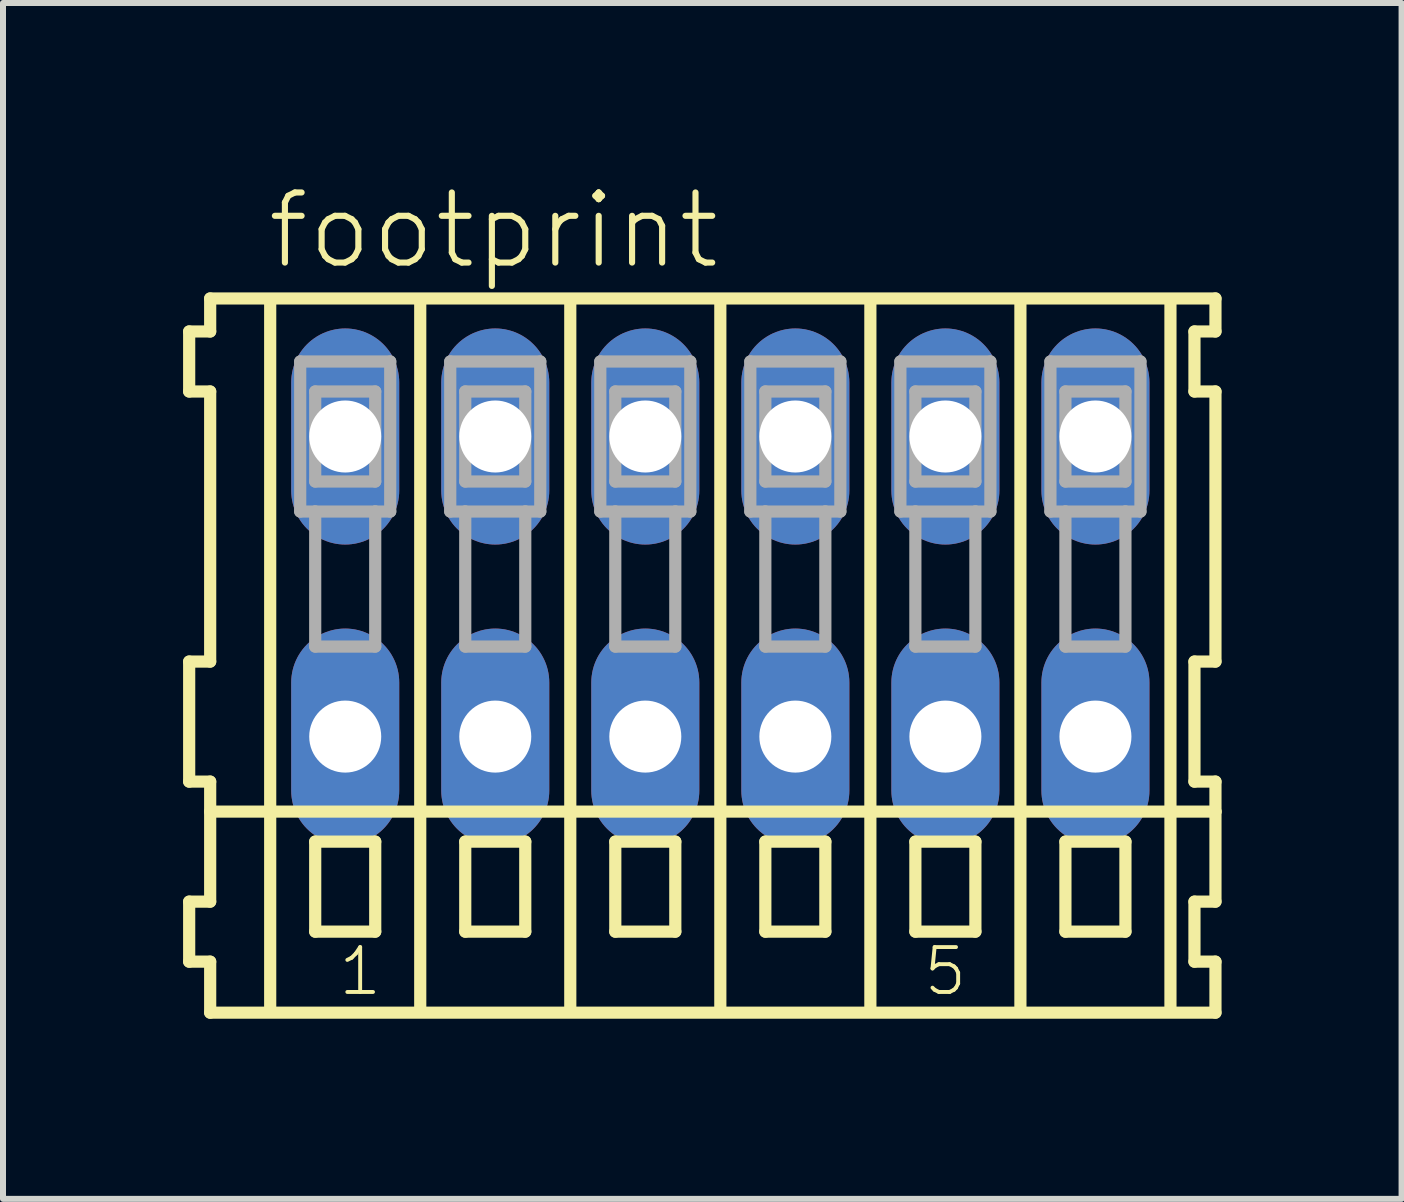
<source format=kicad_pcb>
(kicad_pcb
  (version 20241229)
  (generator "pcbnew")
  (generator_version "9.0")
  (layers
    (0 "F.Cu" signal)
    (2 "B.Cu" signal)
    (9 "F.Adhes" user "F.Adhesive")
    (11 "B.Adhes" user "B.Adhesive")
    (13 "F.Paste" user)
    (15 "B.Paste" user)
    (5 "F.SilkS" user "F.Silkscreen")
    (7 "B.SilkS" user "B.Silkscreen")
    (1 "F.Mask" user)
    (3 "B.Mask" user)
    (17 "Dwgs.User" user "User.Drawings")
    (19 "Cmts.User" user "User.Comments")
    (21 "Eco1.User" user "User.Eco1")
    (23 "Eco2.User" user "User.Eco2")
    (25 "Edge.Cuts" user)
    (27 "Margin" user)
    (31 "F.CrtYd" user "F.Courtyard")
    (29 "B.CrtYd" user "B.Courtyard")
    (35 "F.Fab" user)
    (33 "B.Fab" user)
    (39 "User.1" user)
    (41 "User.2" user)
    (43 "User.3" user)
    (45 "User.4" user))
  (footprint "footprint"
    (layer "F.Cu")
    (at 8.952 6.723)
    (property "Reference" "footprint" (at -7.6 -5.25 0) (layer "F.SilkS") (effects (font (size 1.168 1.168) (thickness 0.102)) (justify left bottom)))
    (fp_line (start -8.85 -4.25) (end -8.85 -3.25) (stroke (width 0.203) (type solid)) (layer "F.SilkS"))
    (fp_line (start -8.85 -3.25) (end -8.5 -3.25) (stroke (width 0.203) (type solid)) (layer "F.SilkS"))
    (fp_line (start -8.85 1.25) (end -8.85 3.25) (stroke (width 0.203) (type solid)) (layer "F.SilkS"))
    (fp_line (start -8.85 3.25) (end -8.5 3.25) (stroke (width 0.203) (type solid)) (layer "F.SilkS"))
    (fp_line (start -8.85 5.25) (end -8.85 6.25) (stroke (width 0.203) (type solid)) (layer "F.SilkS"))
    (fp_line (start -8.85 6.25) (end -8.5 6.25) (stroke (width 0.203) (type solid)) (layer "F.SilkS"))
    (fp_line (start -8.5 -4.8) (end -8.5 -4.25) (stroke (width 0.203) (type solid)) (layer "F.SilkS"))
    (fp_line (start -8.5 -4.25) (end -8.85 -4.25) (stroke (width 0.203) (type solid)) (layer "F.SilkS"))
    (fp_line (start -8.5 -3.25) (end -8.5 1.25) (stroke (width 0.203) (type solid)) (layer "F.SilkS"))
    (fp_line (start -8.5 1.25) (end -8.85 1.25) (stroke (width 0.203) (type solid)) (layer "F.SilkS"))
    (fp_line (start -8.5 3.25) (end -8.5 5.25) (stroke (width 0.203) (type solid)) (layer "F.SilkS"))
    (fp_line (start -8.5 3.75) (end 8.25 3.75) (stroke (width 0.203) (type solid)) (layer "F.SilkS"))
    (fp_line (start -8.5 5.25) (end -8.85 5.25) (stroke (width 0.203) (type solid)) (layer "F.SilkS"))
    (fp_line (start -8.5 6.25) (end -8.5 7.1) (stroke (width 0.203) (type solid)) (layer "F.SilkS"))
    (fp_line (start -8.5 7.1) (end 8.25 7.1) (stroke (width 0.203) (type solid)) (layer "F.SilkS"))
    (fp_line (start -7.5 -4.75) (end -7.5 7) (stroke (width 0.203) (type solid)) (layer "F.SilkS"))
    (fp_line (start -6.75 4.25) (end -6.75 5.75) (stroke (width 0.203) (type solid)) (layer "F.SilkS"))
    (fp_line (start -6.75 5.75) (end -5.75 5.75) (stroke (width 0.203) (type solid)) (layer "F.SilkS"))
    (fp_line (start -5.75 4.25) (end -6.75 4.25) (stroke (width 0.203) (type solid)) (layer "F.SilkS"))
    (fp_line (start -5.75 5.75) (end -5.75 4.25) (stroke (width 0.203) (type solid)) (layer "F.SilkS"))
    (fp_line (start -5 -4.75) (end -5 7) (stroke (width 0.203) (type solid)) (layer "F.SilkS"))
    (fp_line (start -4.25 4.25) (end -4.25 5.75) (stroke (width 0.203) (type solid)) (layer "F.SilkS"))
    (fp_line (start -4.25 5.75) (end -3.25 5.75) (stroke (width 0.203) (type solid)) (layer "F.SilkS"))
    (fp_line (start -3.25 4.25) (end -4.25 4.25) (stroke (width 0.203) (type solid)) (layer "F.SilkS"))
    (fp_line (start -3.25 5.75) (end -3.25 4.25) (stroke (width 0.203) (type solid)) (layer "F.SilkS"))
    (fp_line (start -2.5 -4.75) (end -2.5 7) (stroke (width 0.203) (type solid)) (layer "F.SilkS"))
    (fp_line (start -1.75 4.25) (end -1.75 5.75) (stroke (width 0.203) (type solid)) (layer "F.SilkS"))
    (fp_line (start -1.75 5.75) (end -0.75 5.75) (stroke (width 0.203) (type solid)) (layer "F.SilkS"))
    (fp_line (start -0.75 4.25) (end -1.75 4.25) (stroke (width 0.203) (type solid)) (layer "F.SilkS"))
    (fp_line (start -0.75 5.75) (end -0.75 4.25) (stroke (width 0.203) (type solid)) (layer "F.SilkS"))
    (fp_line (start 0 -4.75) (end 0 7) (stroke (width 0.203) (type solid)) (layer "F.SilkS"))
    (fp_line (start 0.75 4.25) (end 0.75 5.75) (stroke (width 0.203) (type solid)) (layer "F.SilkS"))
    (fp_line (start 0.75 5.75) (end 1.75 5.75) (stroke (width 0.203) (type solid)) (layer "F.SilkS"))
    (fp_line (start 1.75 4.25) (end 0.75 4.25) (stroke (width 0.203) (type solid)) (layer "F.SilkS"))
    (fp_line (start 1.75 5.75) (end 1.75 4.25) (stroke (width 0.203) (type solid)) (layer "F.SilkS"))
    (fp_line (start 2.5 -4.75) (end 2.5 7) (stroke (width 0.203) (type solid)) (layer "F.SilkS"))
    (fp_line (start 3.25 4.25) (end 3.25 5.75) (stroke (width 0.203) (type solid)) (layer "F.SilkS"))
    (fp_line (start 3.25 5.75) (end 4.25 5.75) (stroke (width 0.203) (type solid)) (layer "F.SilkS"))
    (fp_line (start 4.25 4.25) (end 3.25 4.25) (stroke (width 0.203) (type solid)) (layer "F.SilkS"))
    (fp_line (start 4.25 5.75) (end 4.25 4.25) (stroke (width 0.203) (type solid)) (layer "F.SilkS"))
    (fp_line (start 5 -4.75) (end 5 7) (stroke (width 0.203) (type solid)) (layer "F.SilkS"))
    (fp_line (start 5.75 4.25) (end 5.75 5.75) (stroke (width 0.203) (type solid)) (layer "F.SilkS"))
    (fp_line (start 5.75 5.75) (end 6.75 5.75) (stroke (width 0.203) (type solid)) (layer "F.SilkS"))
    (fp_line (start 6.75 4.25) (end 5.75 4.25) (stroke (width 0.203) (type solid)) (layer "F.SilkS"))
    (fp_line (start 6.75 5.75) (end 6.75 4.25) (stroke (width 0.203) (type solid)) (layer "F.SilkS"))
    (fp_line (start 7.5 -4.75) (end 7.5 7) (stroke (width 0.203) (type solid)) (layer "F.SilkS"))
    (fp_line (start 7.9 -4.25) (end 7.9 -3.25) (stroke (width 0.203) (type solid)) (layer "F.SilkS"))
    (fp_line (start 7.9 -3.25) (end 8.25 -3.25) (stroke (width 0.203) (type solid)) (layer "F.SilkS"))
    (fp_line (start 7.9 1.25) (end 7.9 3.25) (stroke (width 0.203) (type solid)) (layer "F.SilkS"))
    (fp_line (start 7.9 3.25) (end 8.25 3.25) (stroke (width 0.203) (type solid)) (layer "F.SilkS"))
    (fp_line (start 7.9 5.25) (end 7.9 6.25) (stroke (width 0.203) (type solid)) (layer "F.SilkS"))
    (fp_line (start 7.9 6.25) (end 8.25 6.25) (stroke (width 0.203) (type solid)) (layer "F.SilkS"))
    (fp_line (start 8.25 -4.8) (end -8.5 -4.8) (stroke (width 0.203) (type solid)) (layer "F.SilkS"))
    (fp_line (start 8.25 -4.25) (end 7.9 -4.25) (stroke (width 0.203) (type solid)) (layer "F.SilkS"))
    (fp_line (start 8.25 -4.25) (end 8.25 -4.8) (stroke (width 0.203) (type solid)) (layer "F.SilkS"))
    (fp_line (start 8.25 1.25) (end 7.9 1.25) (stroke (width 0.203) (type solid)) (layer "F.SilkS"))
    (fp_line (start 8.25 1.25) (end 8.25 -3.25) (stroke (width 0.203) (type solid)) (layer "F.SilkS"))
    (fp_line (start 8.25 3.75) (end 8.25 3.25) (stroke (width 0.203) (type solid)) (layer "F.SilkS"))
    (fp_line (start 8.25 5.25) (end 7.9 5.25) (stroke (width 0.203) (type solid)) (layer "F.SilkS"))
    (fp_line (start 8.25 5.25) (end 8.25 3.75) (stroke (width 0.203) (type solid)) (layer "F.SilkS"))
    (fp_line (start 8.25 7.1) (end 8.25 6.25) (stroke (width 0.203) (type solid)) (layer "F.SilkS"))
    (fp_line (start -7 -3.75) (end -7 -1.25) (stroke (width 0.203) (type solid)) (layer "F.Fab"))
    (fp_line (start -7 -1.25) (end -6.75 -1.25) (stroke (width 0.203) (type solid)) (layer "F.Fab"))
    (fp_line (start -6.75 -3.25) (end -6.75 -1.75) (stroke (width 0.203) (type solid)) (layer "F.Fab"))
    (fp_line (start -6.75 -1.75) (end -5.75 -1.75) (stroke (width 0.203) (type solid)) (layer "F.Fab"))
    (fp_line (start -6.75 -1.25) (end -6.75 1) (stroke (width 0.203) (type solid)) (layer "F.Fab"))
    (fp_line (start -6.75 -1.25) (end -5.75 -1.25) (stroke (width 0.203) (type solid)) (layer "F.Fab"))
    (fp_line (start -6.75 1) (end -5.75 1) (stroke (width 0.203) (type solid)) (layer "F.Fab"))
    (fp_line (start -5.75 -3.25) (end -6.75 -3.25) (stroke (width 0.203) (type solid)) (layer "F.Fab"))
    (fp_line (start -5.75 -1.75) (end -5.75 -3.25) (stroke (width 0.203) (type solid)) (layer "F.Fab"))
    (fp_line (start -5.75 -1.25) (end -5.5 -1.25) (stroke (width 0.203) (type solid)) (layer "F.Fab"))
    (fp_line (start -5.75 1) (end -5.75 -1.25) (stroke (width 0.203) (type solid)) (layer "F.Fab"))
    (fp_line (start -5.5 -3.75) (end -7 -3.75) (stroke (width 0.203) (type solid)) (layer "F.Fab"))
    (fp_line (start -5.5 -1.25) (end -5.5 -3.75) (stroke (width 0.203) (type solid)) (layer "F.Fab"))
    (fp_line (start -4.5 -3.75) (end -4.5 -1.25) (stroke (width 0.203) (type solid)) (layer "F.Fab"))
    (fp_line (start -4.5 -1.25) (end -4.25 -1.25) (stroke (width 0.203) (type solid)) (layer "F.Fab"))
    (fp_line (start -4.25 -3.25) (end -4.25 -1.75) (stroke (width 0.203) (type solid)) (layer "F.Fab"))
    (fp_line (start -4.25 -1.75) (end -3.25 -1.75) (stroke (width 0.203) (type solid)) (layer "F.Fab"))
    (fp_line (start -4.25 -1.25) (end -4.25 1) (stroke (width 0.203) (type solid)) (layer "F.Fab"))
    (fp_line (start -4.25 -1.25) (end -3.25 -1.25) (stroke (width 0.203) (type solid)) (layer "F.Fab"))
    (fp_line (start -4.25 1) (end -3.25 1) (stroke (width 0.203) (type solid)) (layer "F.Fab"))
    (fp_line (start -3.25 -3.25) (end -4.25 -3.25) (stroke (width 0.203) (type solid)) (layer "F.Fab"))
    (fp_line (start -3.25 -1.75) (end -3.25 -3.25) (stroke (width 0.203) (type solid)) (layer "F.Fab"))
    (fp_line (start -3.25 -1.25) (end -3 -1.25) (stroke (width 0.203) (type solid)) (layer "F.Fab"))
    (fp_line (start -3.25 1) (end -3.25 -1.25) (stroke (width 0.203) (type solid)) (layer "F.Fab"))
    (fp_line (start -3 -3.75) (end -4.5 -3.75) (stroke (width 0.203) (type solid)) (layer "F.Fab"))
    (fp_line (start -3 -1.25) (end -3 -3.75) (stroke (width 0.203) (type solid)) (layer "F.Fab"))
    (fp_line (start -2 -3.75) (end -2 -1.25) (stroke (width 0.203) (type solid)) (layer "F.Fab"))
    (fp_line (start -2 -1.25) (end -1.75 -1.25) (stroke (width 0.203) (type solid)) (layer "F.Fab"))
    (fp_line (start -1.75 -3.25) (end -1.75 -1.75) (stroke (width 0.203) (type solid)) (layer "F.Fab"))
    (fp_line (start -1.75 -1.75) (end -0.75 -1.75) (stroke (width 0.203) (type solid)) (layer "F.Fab"))
    (fp_line (start -1.75 -1.25) (end -1.75 1) (stroke (width 0.203) (type solid)) (layer "F.Fab"))
    (fp_line (start -1.75 -1.25) (end -0.75 -1.25) (stroke (width 0.203) (type solid)) (layer "F.Fab"))
    (fp_line (start -1.75 1) (end -0.75 1) (stroke (width 0.203) (type solid)) (layer "F.Fab"))
    (fp_line (start -0.75 -3.25) (end -1.75 -3.25) (stroke (width 0.203) (type solid)) (layer "F.Fab"))
    (fp_line (start -0.75 -1.75) (end -0.75 -3.25) (stroke (width 0.203) (type solid)) (layer "F.Fab"))
    (fp_line (start -0.75 -1.25) (end -0.5 -1.25) (stroke (width 0.203) (type solid)) (layer "F.Fab"))
    (fp_line (start -0.75 1) (end -0.75 -1.25) (stroke (width 0.203) (type solid)) (layer "F.Fab"))
    (fp_line (start -0.5 -3.75) (end -2 -3.75) (stroke (width 0.203) (type solid)) (layer "F.Fab"))
    (fp_line (start -0.5 -1.25) (end -0.5 -3.75) (stroke (width 0.203) (type solid)) (layer "F.Fab"))
    (fp_line (start 0.5 -3.75) (end 0.5 -1.25) (stroke (width 0.203) (type solid)) (layer "F.Fab"))
    (fp_line (start 0.5 -1.25) (end 0.75 -1.25) (stroke (width 0.203) (type solid)) (layer "F.Fab"))
    (fp_line (start 0.75 -3.25) (end 0.75 -1.75) (stroke (width 0.203) (type solid)) (layer "F.Fab"))
    (fp_line (start 0.75 -1.75) (end 1.75 -1.75) (stroke (width 0.203) (type solid)) (layer "F.Fab"))
    (fp_line (start 0.75 -1.25) (end 0.75 1) (stroke (width 0.203) (type solid)) (layer "F.Fab"))
    (fp_line (start 0.75 -1.25) (end 1.75 -1.25) (stroke (width 0.203) (type solid)) (layer "F.Fab"))
    (fp_line (start 0.75 1) (end 1.75 1) (stroke (width 0.203) (type solid)) (layer "F.Fab"))
    (fp_line (start 1.75 -3.25) (end 0.75 -3.25) (stroke (width 0.203) (type solid)) (layer "F.Fab"))
    (fp_line (start 1.75 -1.75) (end 1.75 -3.25) (stroke (width 0.203) (type solid)) (layer "F.Fab"))
    (fp_line (start 1.75 -1.25) (end 2 -1.25) (stroke (width 0.203) (type solid)) (layer "F.Fab"))
    (fp_line (start 1.75 1) (end 1.75 -1.25) (stroke (width 0.203) (type solid)) (layer "F.Fab"))
    (fp_line (start 2 -3.75) (end 0.5 -3.75) (stroke (width 0.203) (type solid)) (layer "F.Fab"))
    (fp_line (start 2 -1.25) (end 2 -3.75) (stroke (width 0.203) (type solid)) (layer "F.Fab"))
    (fp_line (start 3 -3.75) (end 3 -1.25) (stroke (width 0.203) (type solid)) (layer "F.Fab"))
    (fp_line (start 3 -1.25) (end 3.25 -1.25) (stroke (width 0.203) (type solid)) (layer "F.Fab"))
    (fp_line (start 3.25 -3.25) (end 3.25 -1.75) (stroke (width 0.203) (type solid)) (layer "F.Fab"))
    (fp_line (start 3.25 -1.75) (end 4.25 -1.75) (stroke (width 0.203) (type solid)) (layer "F.Fab"))
    (fp_line (start 3.25 -1.25) (end 3.25 1) (stroke (width 0.203) (type solid)) (layer "F.Fab"))
    (fp_line (start 3.25 -1.25) (end 4.25 -1.25) (stroke (width 0.203) (type solid)) (layer "F.Fab"))
    (fp_line (start 3.25 1) (end 4.25 1) (stroke (width 0.203) (type solid)) (layer "F.Fab"))
    (fp_line (start 4.25 -3.25) (end 3.25 -3.25) (stroke (width 0.203) (type solid)) (layer "F.Fab"))
    (fp_line (start 4.25 -1.75) (end 4.25 -3.25) (stroke (width 0.203) (type solid)) (layer "F.Fab"))
    (fp_line (start 4.25 -1.25) (end 4.5 -1.25) (stroke (width 0.203) (type solid)) (layer "F.Fab"))
    (fp_line (start 4.25 1) (end 4.25 -1.25) (stroke (width 0.203) (type solid)) (layer "F.Fab"))
    (fp_line (start 4.5 -3.75) (end 3 -3.75) (stroke (width 0.203) (type solid)) (layer "F.Fab"))
    (fp_line (start 4.5 -1.25) (end 4.5 -3.75) (stroke (width 0.203) (type solid)) (layer "F.Fab"))
    (fp_line (start 5.5 -3.75) (end 5.5 -1.25) (stroke (width 0.203) (type solid)) (layer "F.Fab"))
    (fp_line (start 5.5 -1.25) (end 5.75 -1.25) (stroke (width 0.203) (type solid)) (layer "F.Fab"))
    (fp_line (start 5.75 -3.25) (end 5.75 -1.75) (stroke (width 0.203) (type solid)) (layer "F.Fab"))
    (fp_line (start 5.75 -1.75) (end 6.75 -1.75) (stroke (width 0.203) (type solid)) (layer "F.Fab"))
    (fp_line (start 5.75 -1.25) (end 5.75 1) (stroke (width 0.203) (type solid)) (layer "F.Fab"))
    (fp_line (start 5.75 -1.25) (end 6.75 -1.25) (stroke (width 0.203) (type solid)) (layer "F.Fab"))
    (fp_line (start 5.75 1) (end 6.75 1) (stroke (width 0.203) (type solid)) (layer "F.Fab"))
    (fp_line (start 6.75 -3.25) (end 5.75 -3.25) (stroke (width 0.203) (type solid)) (layer "F.Fab"))
    (fp_line (start 6.75 -1.75) (end 6.75 -3.25) (stroke (width 0.203) (type solid)) (layer "F.Fab"))
    (fp_line (start 6.75 -1.25) (end 7 -1.25) (stroke (width 0.203) (type solid)) (layer "F.Fab"))
    (fp_line (start 6.75 1) (end 6.75 -1.25) (stroke (width 0.203) (type solid)) (layer "F.Fab"))
    (fp_line (start 7 -3.75) (end 5.5 -3.75) (stroke (width 0.203) (type solid)) (layer "F.Fab"))
    (fp_line (start 7 -1.25) (end 7 -3.75) (stroke (width 0.203) (type solid)) (layer "F.Fab"))
    (fp_text user "5" (at 3.35 6.85 0) (layer "F.SilkS") (effects (font (size 0.748 0.748) (thickness 0.065)) (justify left bottom)))
    (fp_text user "1" (at -6.4 6.85 0) (layer "F.SilkS") (effects (font (size 0.748 0.748) (thickness 0.065)) (justify left bottom)))
    (pad "A1" thru_hole oval (at -6.25 -2.5 90) (size 3.6 1.8) (drill 1.2) (layers "*.Cu" "*.Mask"))
    (pad "A2" thru_hole oval (at -3.75 -2.5 90) (size 3.6 1.8) (drill 1.2) (layers "*.Cu" "*.Mask"))
    (pad "A3" thru_hole oval (at -1.25 -2.5 90) (size 3.6 1.8) (drill 1.2) (layers "*.Cu" "*.Mask"))
    (pad "A4" thru_hole oval (at 1.25 -2.5 90) (size 3.6 1.8) (drill 1.2) (layers "*.Cu" "*.Mask"))
    (pad "A5" thru_hole oval (at 3.75 -2.5 90) (size 3.6 1.8) (drill 1.2) (layers "*.Cu" "*.Mask"))
    (pad "A6" thru_hole oval (at 6.25 -2.5 90) (size 3.6 1.8) (drill 1.2) (layers "*.Cu" "*.Mask"))
    (pad "B1" thru_hole oval (at -6.25 2.5 90) (size 3.6 1.8) (drill 1.2) (layers "*.Cu" "*.Mask"))
    (pad "B2" thru_hole oval (at -3.75 2.5 90) (size 3.6 1.8) (drill 1.2) (layers "*.Cu" "*.Mask"))
    (pad "B3" thru_hole oval (at -1.25 2.5 90) (size 3.6 1.8) (drill 1.2) (layers "*.Cu" "*.Mask"))
    (pad "B4" thru_hole oval (at 1.25 2.5 90) (size 3.6 1.8) (drill 1.2) (layers "*.Cu" "*.Mask"))
    (pad "B5" thru_hole oval (at 3.75 2.5 90) (size 3.6 1.8) (drill 1.2) (layers "*.Cu" "*.Mask"))
    (pad "B6" thru_hole oval (at 6.25 2.5 90) (size 3.6 1.8) (drill 1.2) (layers "*.Cu" "*.Mask")))
  (gr_rect
    (start -3 -3)
    (end 20.303 16.925)
    (stroke (width 0.1) (type default))
    (fill no)
    (layer "Edge.Cuts")))
</source>
